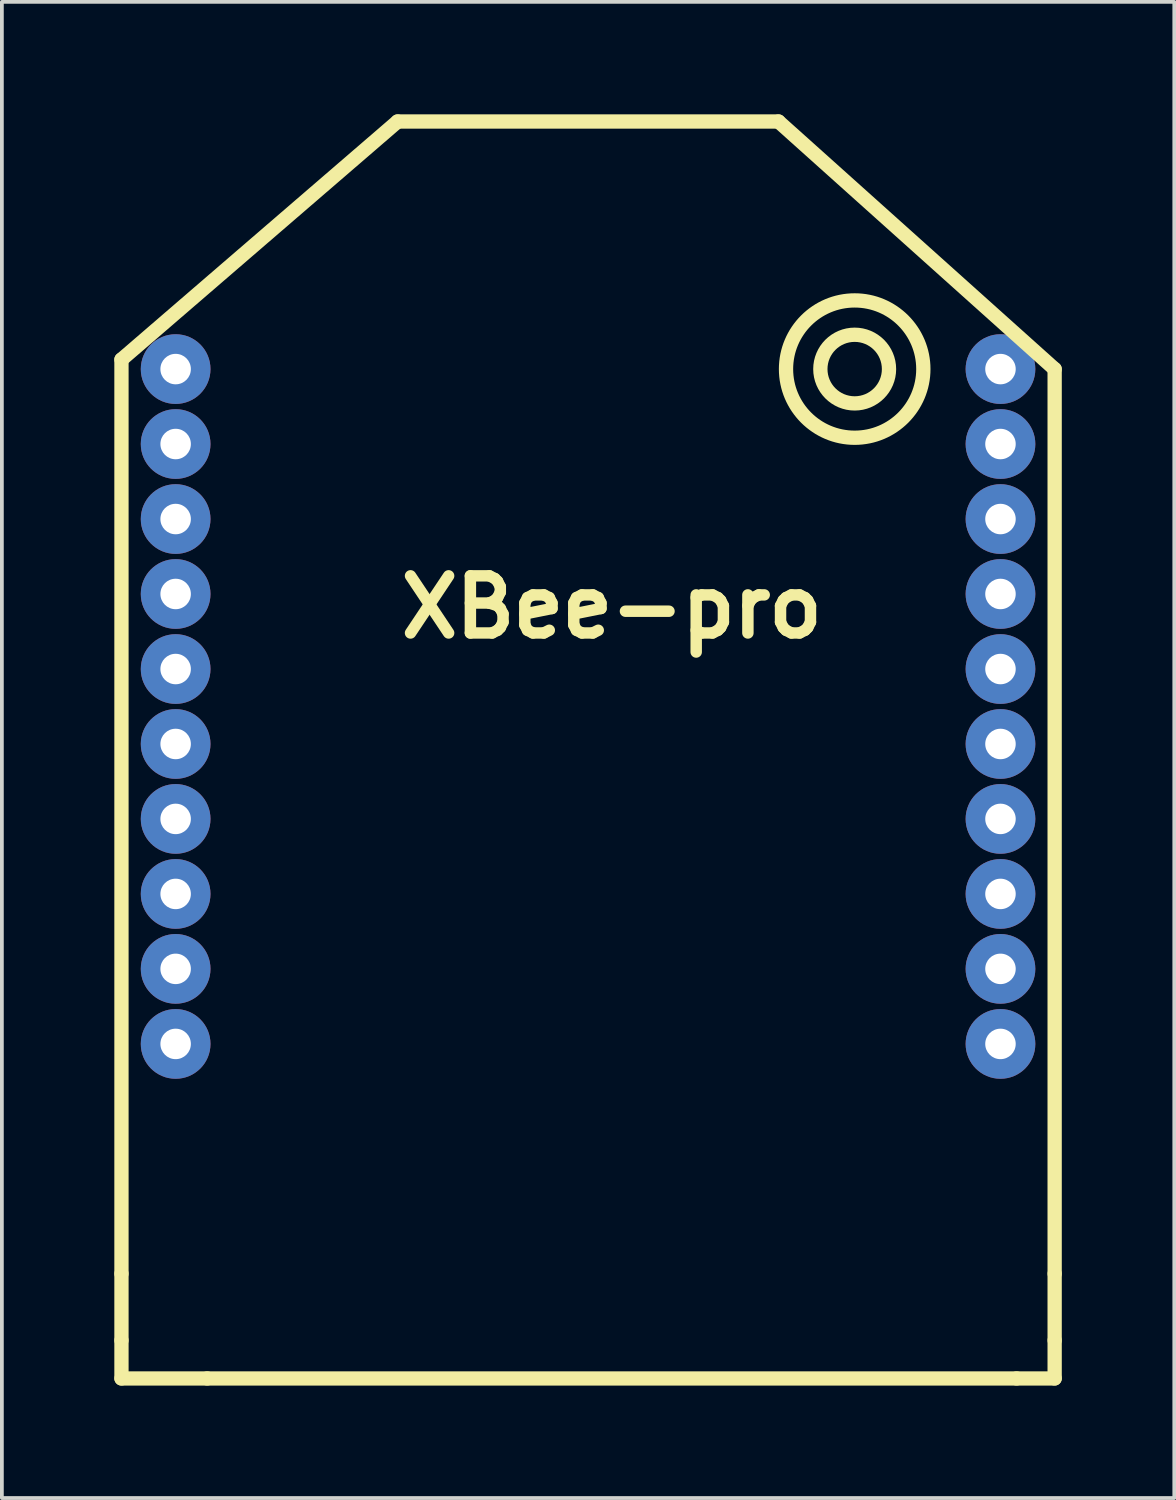
<source format=kicad_pcb>
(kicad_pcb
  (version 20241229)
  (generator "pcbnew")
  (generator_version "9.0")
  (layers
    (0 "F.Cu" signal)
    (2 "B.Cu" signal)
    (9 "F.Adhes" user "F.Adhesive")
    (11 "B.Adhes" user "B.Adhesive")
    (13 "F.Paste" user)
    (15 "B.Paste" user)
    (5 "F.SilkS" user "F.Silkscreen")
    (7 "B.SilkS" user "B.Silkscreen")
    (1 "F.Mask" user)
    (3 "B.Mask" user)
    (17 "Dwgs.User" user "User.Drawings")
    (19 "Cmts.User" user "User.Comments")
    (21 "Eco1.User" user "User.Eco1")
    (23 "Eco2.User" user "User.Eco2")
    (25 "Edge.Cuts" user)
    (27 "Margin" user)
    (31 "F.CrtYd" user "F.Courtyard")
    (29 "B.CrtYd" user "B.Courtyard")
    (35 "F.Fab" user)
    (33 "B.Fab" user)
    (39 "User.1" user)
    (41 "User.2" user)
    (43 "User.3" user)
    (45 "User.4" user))
  (footprint "XBee-pro"
    (layer "F.Cu")
    (at 12.636 6.795)
    (property "Reference" "XBee-pro" (at 0.635 6.35 0) (layer "F.SilkS") (effects (font (size 1.524 1.524) (thickness 0.305))))
    (attr through_hole)
    (fp_line (start -12.446 -0.254) (end -5.08 -6.604) (stroke (width 0.381) (type solid)) (layer "F.SilkS"))
    (fp_line (start -12.446 24.13) (end -12.446 -0.254) (stroke (width 0.381) (type solid)) (layer "F.SilkS"))
    (fp_line (start -12.446 24.13) (end -12.446 25.908) (stroke (width 0.381) (type solid)) (layer "F.SilkS"))
    (fp_line (start -12.446 25.908) (end -12.446 26.924) (stroke (width 0.381) (type solid)) (layer "F.SilkS"))
    (fp_line (start -10.16 26.924) (end -12.446 26.924) (stroke (width 0.381) (type solid)) (layer "F.SilkS"))
    (fp_line (start -10.16 26.924) (end 11.43 26.924) (stroke (width 0.381) (type solid)) (layer "F.SilkS"))
    (fp_line (start -5.08 -6.604) (end 5.08 -6.604) (stroke (width 0.381) (type solid)) (layer "F.SilkS"))
    (fp_line (start 5.08 -6.604) (end 12.446 0) (stroke (width 0.381) (type solid)) (layer "F.SilkS"))
    (fp_line (start 11.43 26.924) (end 12.446 26.924) (stroke (width 0.381) (type solid)) (layer "F.SilkS"))
    (fp_line (start 12.446 0) (end 12.446 24.13) (stroke (width 0.381) (type solid)) (layer "F.SilkS"))
    (fp_line (start 12.446 24.13) (end 12.446 25.908) (stroke (width 0.381) (type solid)) (layer "F.SilkS"))
    (fp_line (start 12.446 25.908) (end 12.446 26.924) (stroke (width 0.381) (type solid)) (layer "F.SilkS"))
    (fp_circle (center 7.112 0) (end 7.874 0.508) (stroke (width 0.381) (type solid)) (fill no) (layer "F.SilkS"))
    (fp_circle (center 7.112 0) (end 8.636 1.016) (stroke (width 0.381) (type solid)) (fill no) (layer "F.SilkS"))
    (pad "1" thru_hole circle (at -11.001 0) (size 1.859 1.859) (drill 0.813) (layers "*.Cu"))
    (pad "2" thru_hole circle (at -11.001 1.999) (size 1.859 1.859) (drill 0.813) (layers "*.Cu"))
    (pad "3" thru_hole circle (at -11.001 4) (size 1.859 1.859) (drill 0.813) (layers "*.Cu"))
    (pad "4" thru_hole circle (at -11.001 5.999) (size 1.859 1.859) (drill 0.813) (layers "*.Cu"))
    (pad "5" thru_hole circle (at -11.001 8.001) (size 1.859 1.859) (drill 0.813) (layers "*.Cu"))
    (pad "6" thru_hole circle (at -11.001 10) (size 1.859 1.859) (drill 0.813) (layers "*.Cu"))
    (pad "7" thru_hole circle (at -11.001 11.999) (size 1.859 1.859) (drill 0.813) (layers "*.Cu"))
    (pad "8" thru_hole circle (at -11.001 14) (size 1.859 1.859) (drill 0.813) (layers "*.Cu"))
    (pad "9" thru_hole circle (at -11.001 15.999) (size 1.859 1.859) (drill 0.813) (layers "*.Cu"))
    (pad "10" thru_hole circle (at -11.001 18.001) (size 1.859 1.859) (drill 0.813) (layers "*.Cu"))
    (pad "11" thru_hole circle (at 11.001 18.001) (size 1.859 1.859) (drill 0.813) (layers "*.Cu"))
    (pad "12" thru_hole circle (at 11.001 15.999) (size 1.859 1.859) (drill 0.813) (layers "*.Cu"))
    (pad "13" thru_hole circle (at 11.001 14) (size 1.859 1.859) (drill 0.813) (layers "*.Cu"))
    (pad "14" thru_hole circle (at 11.001 11.999) (size 1.859 1.859) (drill 0.813) (layers "*.Cu"))
    (pad "15" thru_hole circle (at 11.001 10) (size 1.859 1.859) (drill 0.813) (layers "*.Cu"))
    (pad "16" thru_hole circle (at 11.001 8.001) (size 1.859 1.859) (drill 0.813) (layers "*.Cu"))
    (pad "17" thru_hole circle (at 11.001 5.999) (size 1.859 1.859) (drill 0.813) (layers "*.Cu"))
    (pad "18" thru_hole circle (at 11.001 4) (size 1.859 1.859) (drill 0.813) (layers "*.Cu"))
    (pad "19" thru_hole circle (at 11.001 1.999) (size 1.859 1.859) (drill 0.813) (layers "*.Cu"))
    (pad "20" thru_hole circle (at 11.001 0) (size 1.859 1.859) (drill 0.813) (layers "*.Cu")))
  (gr_rect
    (start -3 -3)
    (end 28.273 36.909)
    (stroke (width 0.1) (type default))
    (fill no)
    (layer "Edge.Cuts")))
</source>
